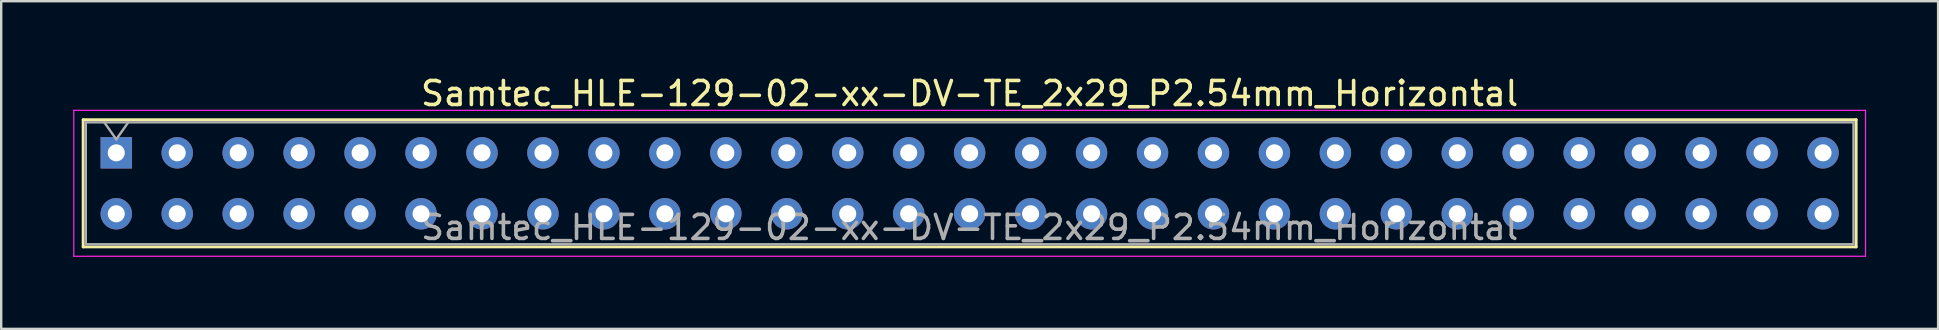
<source format=kicad_pcb>
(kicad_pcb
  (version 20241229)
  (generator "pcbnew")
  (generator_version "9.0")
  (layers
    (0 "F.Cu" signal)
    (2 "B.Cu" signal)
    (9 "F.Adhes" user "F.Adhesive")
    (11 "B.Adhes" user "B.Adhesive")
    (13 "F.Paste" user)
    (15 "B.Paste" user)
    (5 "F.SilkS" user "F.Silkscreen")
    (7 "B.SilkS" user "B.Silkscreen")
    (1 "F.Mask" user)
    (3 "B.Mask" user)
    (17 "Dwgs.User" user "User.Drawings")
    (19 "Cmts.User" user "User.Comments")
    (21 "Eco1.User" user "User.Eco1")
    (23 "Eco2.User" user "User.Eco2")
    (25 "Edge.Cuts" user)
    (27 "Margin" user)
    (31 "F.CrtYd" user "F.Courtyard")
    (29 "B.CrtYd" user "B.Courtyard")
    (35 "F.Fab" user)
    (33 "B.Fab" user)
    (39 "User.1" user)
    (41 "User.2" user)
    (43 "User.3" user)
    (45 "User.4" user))
  (footprint "Samtec_HLE-129-02-xx-DV-TE_2x29_P2.54mm_Horizontal"
    (layer "F.Cu")
    (at 1.795 3.318)
    (property "Reference" "Samtec_HLE-129-02-xx-DV-TE_2x29_P2.54mm_Horizontal" (at 35.56 -2.47 0) (layer "F.SilkS") (effects (font (size 1 1) (thickness 0.15))))
    (attr through_hole)
    (fp_line (start -1.38 -1.38) (end 72.5 -1.38) (stroke (width 0.12) (type solid)) (layer "F.SilkS"))
    (fp_line (start -1.38 3.92) (end -1.38 -1.38) (stroke (width 0.12) (type solid)) (layer "F.SilkS"))
    (fp_line (start 72.5 -1.38) (end 72.5 3.92) (stroke (width 0.12) (type solid)) (layer "F.SilkS"))
    (fp_line (start 72.5 3.92) (end -1.38 3.92) (stroke (width 0.12) (type solid)) (layer "F.SilkS"))
    (fp_line (start -1.77 -1.77) (end 72.89 -1.77) (stroke (width 0.05) (type solid)) (layer "F.CrtYd"))
    (fp_line (start -1.77 4.31) (end -1.77 -1.77) (stroke (width 0.05) (type solid)) (layer "F.CrtYd"))
    (fp_line (start 72.89 -1.77) (end 72.89 4.31) (stroke (width 0.05) (type solid)) (layer "F.CrtYd"))
    (fp_line (start 72.89 4.31) (end -1.77 4.31) (stroke (width 0.05) (type solid)) (layer "F.CrtYd"))
    (fp_line (start -1.27 -1.27) (end 72.39 -1.27) (stroke (width 0.1) (type solid)) (layer "F.Fab"))
    (fp_line (start -1.27 3.81) (end -1.27 -1.27) (stroke (width 0.1) (type solid)) (layer "F.Fab"))
    (fp_line (start -0.5 -1.27) (end 0 -0.563) (stroke (width 0.1) (type solid)) (layer "F.Fab"))
    (fp_line (start 0 -0.563) (end 0.5 -1.27) (stroke (width 0.1) (type solid)) (layer "F.Fab"))
    (fp_line (start 72.39 -1.27) (end 72.39 3.81) (stroke (width 0.1) (type solid)) (layer "F.Fab"))
    (fp_line (start 72.39 3.81) (end -1.27 3.81) (stroke (width 0.1) (type solid)) (layer "F.Fab"))
    (fp_text user "${REFERENCE}" (at 35.56 3.11 0) (layer "F.Fab") (effects (font (size 1 1) (thickness 0.15))))
    (pad "1" thru_hole rect (at 0 0) (size 1.31 1.31) (drill 0.71) (layers "*.Cu" "*.Mask"))
    (pad "2" thru_hole circle (at 0 2.54) (size 1.31 1.31) (drill 0.71) (layers "*.Cu" "*.Mask"))
    (pad "3" thru_hole circle (at 2.54 0) (size 1.31 1.31) (drill 0.71) (layers "*.Cu" "*.Mask"))
    (pad "4" thru_hole circle (at 2.54 2.54) (size 1.31 1.31) (drill 0.71) (layers "*.Cu" "*.Mask"))
    (pad "5" thru_hole circle (at 5.08 0) (size 1.31 1.31) (drill 0.71) (layers "*.Cu" "*.Mask"))
    (pad "6" thru_hole circle (at 5.08 2.54) (size 1.31 1.31) (drill 0.71) (layers "*.Cu" "*.Mask"))
    (pad "7" thru_hole circle (at 7.62 0) (size 1.31 1.31) (drill 0.71) (layers "*.Cu" "*.Mask"))
    (pad "8" thru_hole circle (at 7.62 2.54) (size 1.31 1.31) (drill 0.71) (layers "*.Cu" "*.Mask"))
    (pad "9" thru_hole circle (at 10.16 0) (size 1.31 1.31) (drill 0.71) (layers "*.Cu" "*.Mask"))
    (pad "10" thru_hole circle (at 10.16 2.54) (size 1.31 1.31) (drill 0.71) (layers "*.Cu" "*.Mask"))
    (pad "11" thru_hole circle (at 12.7 0) (size 1.31 1.31) (drill 0.71) (layers "*.Cu" "*.Mask"))
    (pad "12" thru_hole circle (at 12.7 2.54) (size 1.31 1.31) (drill 0.71) (layers "*.Cu" "*.Mask"))
    (pad "13" thru_hole circle (at 15.24 0) (size 1.31 1.31) (drill 0.71) (layers "*.Cu" "*.Mask"))
    (pad "14" thru_hole circle (at 15.24 2.54) (size 1.31 1.31) (drill 0.71) (layers "*.Cu" "*.Mask"))
    (pad "15" thru_hole circle (at 17.78 0) (size 1.31 1.31) (drill 0.71) (layers "*.Cu" "*.Mask"))
    (pad "16" thru_hole circle (at 17.78 2.54) (size 1.31 1.31) (drill 0.71) (layers "*.Cu" "*.Mask"))
    (pad "17" thru_hole circle (at 20.32 0) (size 1.31 1.31) (drill 0.71) (layers "*.Cu" "*.Mask"))
    (pad "18" thru_hole circle (at 20.32 2.54) (size 1.31 1.31) (drill 0.71) (layers "*.Cu" "*.Mask"))
    (pad "19" thru_hole circle (at 22.86 0) (size 1.31 1.31) (drill 0.71) (layers "*.Cu" "*.Mask"))
    (pad "20" thru_hole circle (at 22.86 2.54) (size 1.31 1.31) (drill 0.71) (layers "*.Cu" "*.Mask"))
    (pad "21" thru_hole circle (at 25.4 0) (size 1.31 1.31) (drill 0.71) (layers "*.Cu" "*.Mask"))
    (pad "22" thru_hole circle (at 25.4 2.54) (size 1.31 1.31) (drill 0.71) (layers "*.Cu" "*.Mask"))
    (pad "23" thru_hole circle (at 27.94 0) (size 1.31 1.31) (drill 0.71) (layers "*.Cu" "*.Mask"))
    (pad "24" thru_hole circle (at 27.94 2.54) (size 1.31 1.31) (drill 0.71) (layers "*.Cu" "*.Mask"))
    (pad "25" thru_hole circle (at 30.48 0) (size 1.31 1.31) (drill 0.71) (layers "*.Cu" "*.Mask"))
    (pad "26" thru_hole circle (at 30.48 2.54) (size 1.31 1.31) (drill 0.71) (layers "*.Cu" "*.Mask"))
    (pad "27" thru_hole circle (at 33.02 0) (size 1.31 1.31) (drill 0.71) (layers "*.Cu" "*.Mask"))
    (pad "28" thru_hole circle (at 33.02 2.54) (size 1.31 1.31) (drill 0.71) (layers "*.Cu" "*.Mask"))
    (pad "29" thru_hole circle (at 35.56 0) (size 1.31 1.31) (drill 0.71) (layers "*.Cu" "*.Mask"))
    (pad "30" thru_hole circle (at 35.56 2.54) (size 1.31 1.31) (drill 0.71) (layers "*.Cu" "*.Mask"))
    (pad "31" thru_hole circle (at 38.1 0) (size 1.31 1.31) (drill 0.71) (layers "*.Cu" "*.Mask"))
    (pad "32" thru_hole circle (at 38.1 2.54) (size 1.31 1.31) (drill 0.71) (layers "*.Cu" "*.Mask"))
    (pad "33" thru_hole circle (at 40.64 0) (size 1.31 1.31) (drill 0.71) (layers "*.Cu" "*.Mask"))
    (pad "34" thru_hole circle (at 40.64 2.54) (size 1.31 1.31) (drill 0.71) (layers "*.Cu" "*.Mask"))
    (pad "35" thru_hole circle (at 43.18 0) (size 1.31 1.31) (drill 0.71) (layers "*.Cu" "*.Mask"))
    (pad "36" thru_hole circle (at 43.18 2.54) (size 1.31 1.31) (drill 0.71) (layers "*.Cu" "*.Mask"))
    (pad "37" thru_hole circle (at 45.72 0) (size 1.31 1.31) (drill 0.71) (layers "*.Cu" "*.Mask"))
    (pad "38" thru_hole circle (at 45.72 2.54) (size 1.31 1.31) (drill 0.71) (layers "*.Cu" "*.Mask"))
    (pad "39" thru_hole circle (at 48.26 0) (size 1.31 1.31) (drill 0.71) (layers "*.Cu" "*.Mask"))
    (pad "40" thru_hole circle (at 48.26 2.54) (size 1.31 1.31) (drill 0.71) (layers "*.Cu" "*.Mask"))
    (pad "41" thru_hole circle (at 50.8 0) (size 1.31 1.31) (drill 0.71) (layers "*.Cu" "*.Mask"))
    (pad "42" thru_hole circle (at 50.8 2.54) (size 1.31 1.31) (drill 0.71) (layers "*.Cu" "*.Mask"))
    (pad "43" thru_hole circle (at 53.34 0) (size 1.31 1.31) (drill 0.71) (layers "*.Cu" "*.Mask"))
    (pad "44" thru_hole circle (at 53.34 2.54) (size 1.31 1.31) (drill 0.71) (layers "*.Cu" "*.Mask"))
    (pad "45" thru_hole circle (at 55.88 0) (size 1.31 1.31) (drill 0.71) (layers "*.Cu" "*.Mask"))
    (pad "46" thru_hole circle (at 55.88 2.54) (size 1.31 1.31) (drill 0.71) (layers "*.Cu" "*.Mask"))
    (pad "47" thru_hole circle (at 58.42 0) (size 1.31 1.31) (drill 0.71) (layers "*.Cu" "*.Mask"))
    (pad "48" thru_hole circle (at 58.42 2.54) (size 1.31 1.31) (drill 0.71) (layers "*.Cu" "*.Mask"))
    (pad "49" thru_hole circle (at 60.96 0) (size 1.31 1.31) (drill 0.71) (layers "*.Cu" "*.Mask"))
    (pad "50" thru_hole circle (at 60.96 2.54) (size 1.31 1.31) (drill 0.71) (layers "*.Cu" "*.Mask"))
    (pad "51" thru_hole circle (at 63.5 0) (size 1.31 1.31) (drill 0.71) (layers "*.Cu" "*.Mask"))
    (pad "52" thru_hole circle (at 63.5 2.54) (size 1.31 1.31) (drill 0.71) (layers "*.Cu" "*.Mask"))
    (pad "53" thru_hole circle (at 66.04 0) (size 1.31 1.31) (drill 0.71) (layers "*.Cu" "*.Mask"))
    (pad "54" thru_hole circle (at 66.04 2.54) (size 1.31 1.31) (drill 0.71) (layers "*.Cu" "*.Mask"))
    (pad "55" thru_hole circle (at 68.58 0) (size 1.31 1.31) (drill 0.71) (layers "*.Cu" "*.Mask"))
    (pad "56" thru_hole circle (at 68.58 2.54) (size 1.31 1.31) (drill 0.71) (layers "*.Cu" "*.Mask"))
    (pad "57" thru_hole circle (at 71.12 0) (size 1.31 1.31) (drill 0.71) (layers "*.Cu" "*.Mask"))
    (pad "58" thru_hole circle (at 71.12 2.54) (size 1.31 1.31) (drill 0.71) (layers "*.Cu" "*.Mask")))
  (gr_rect
    (start -3 -3)
    (end 77.71 10.653)
    (stroke (width 0.1) (type default))
    (fill no)
    (layer "Edge.Cuts")))
</source>
